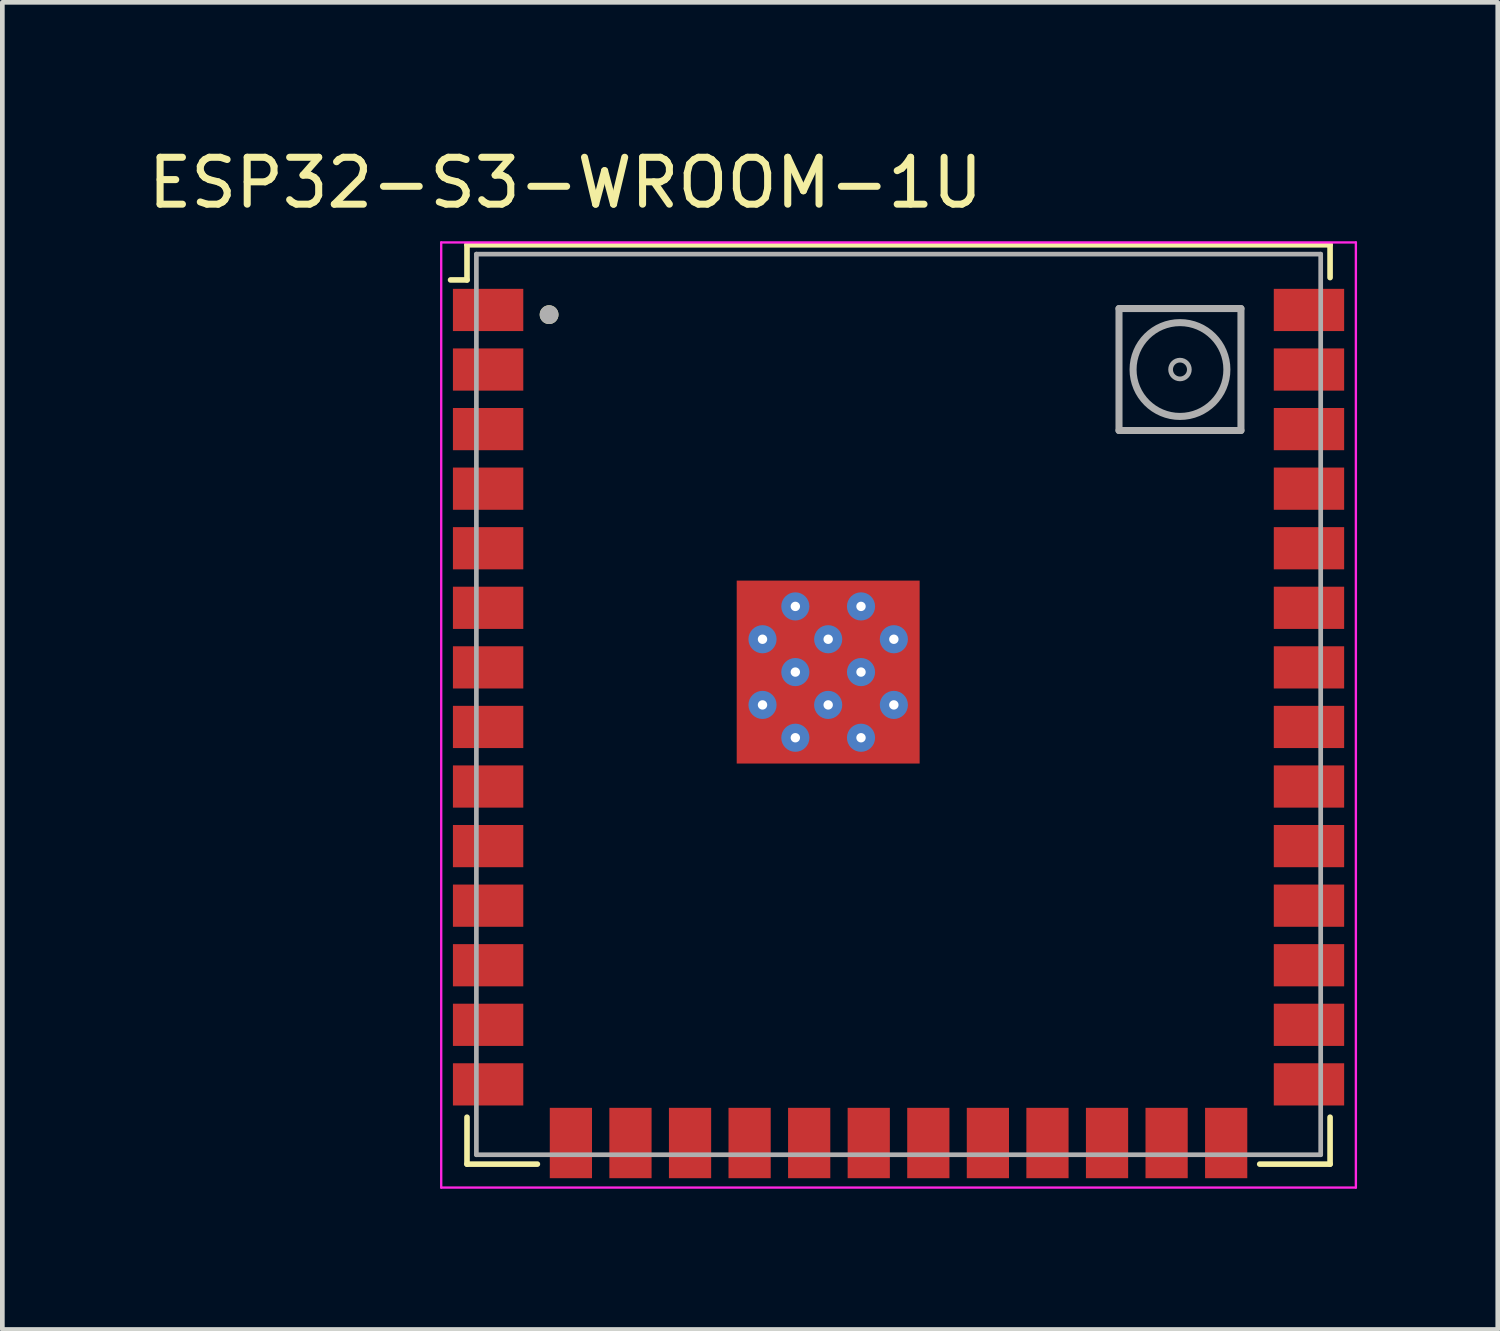
<source format=kicad_pcb>
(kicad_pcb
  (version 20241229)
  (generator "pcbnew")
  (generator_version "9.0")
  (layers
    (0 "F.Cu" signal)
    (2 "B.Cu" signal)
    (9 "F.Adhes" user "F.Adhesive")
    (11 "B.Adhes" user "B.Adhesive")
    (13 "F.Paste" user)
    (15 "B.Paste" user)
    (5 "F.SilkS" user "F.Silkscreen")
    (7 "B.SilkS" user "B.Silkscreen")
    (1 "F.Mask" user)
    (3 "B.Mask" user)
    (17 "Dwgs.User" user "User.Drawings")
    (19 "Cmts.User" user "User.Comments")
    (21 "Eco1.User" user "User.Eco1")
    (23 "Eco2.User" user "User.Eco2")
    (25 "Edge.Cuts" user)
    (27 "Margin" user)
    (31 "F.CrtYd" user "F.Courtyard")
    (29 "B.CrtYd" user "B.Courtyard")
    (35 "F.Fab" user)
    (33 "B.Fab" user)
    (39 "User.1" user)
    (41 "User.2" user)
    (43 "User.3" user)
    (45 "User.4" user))
  (footprint "ESP32-S3-WROOM-1U"
    (layer "F.Cu")
    (at 16.006 11.278)
    (property "Reference" "ESP32-S3-WROOM-1U" (at -7 -10.43 0) (layer "F.SilkS") (effects (font (size 1 1) (thickness 0.15))))
    (attr smd)
    (fp_line (start -9.1 -9.11) (end 9.3 -9.11) (stroke (width 0.12) (type solid)) (layer "F.SilkS"))
    (fp_line (start -9.1 -8.36) (end -9.45 -8.36) (stroke (width 0.12) (type solid)) (layer "F.SilkS"))
    (fp_line (start -9.1 -8.36) (end -9.1 -9.11) (stroke (width 0.12) (type solid)) (layer "F.SilkS"))
    (fp_line (start -9.1 9.49) (end -9.1 10.49) (stroke (width 0.12) (type solid)) (layer "F.SilkS"))
    (fp_line (start -9.1 10.49) (end -7.6 10.49) (stroke (width 0.12) (type solid)) (layer "F.SilkS"))
    (fp_line (start 9.3 -9.11) (end 9.3 -8.41) (stroke (width 0.12) (type solid)) (layer "F.SilkS"))
    (fp_line (start 9.3 10.49) (end 7.8 10.49) (stroke (width 0.12) (type solid)) (layer "F.SilkS"))
    (fp_line (start 9.3 10.49) (end 9.3 9.49) (stroke (width 0.12) (type solid)) (layer "F.SilkS"))
    (fp_circle (center -7.35 -7.62) (end -7.25 -7.62) (stroke (width 0.2) (type solid)) (fill no) (layer "F.SilkS"))
    (fp_line (start -9.65 10.99) (end -9.65 -9.16) (stroke (width 0.05) (type solid)) (layer "F.CrtYd"))
    (fp_line (start -9.65 10.99) (end 9.85 10.99) (stroke (width 0.05) (type solid)) (layer "F.CrtYd"))
    (fp_line (start 9.85 -9.16) (end -9.65 -9.16) (stroke (width 0.05) (type solid)) (layer "F.CrtYd"))
    (fp_line (start 9.85 -9.16) (end 9.85 10.99) (stroke (width 0.05) (type solid)) (layer "F.CrtYd"))
    (fp_line (start -8.9 -8.91) (end 9.1 -8.91) (stroke (width 0.1) (type solid)) (layer "F.Fab"))
    (fp_line (start -8.9 10.29) (end -8.9 -8.91) (stroke (width 0.1) (type solid)) (layer "F.Fab"))
    (fp_line (start -8.9 10.29) (end 9.1 10.29) (stroke (width 0.1) (type solid)) (layer "F.Fab"))
    (fp_line (start 4.8 -7.75) (end 7.4 -7.75) (stroke (width 0.15) (type solid)) (layer "F.Fab"))
    (fp_line (start 4.8 -5.15) (end 4.8 -7.75) (stroke (width 0.15) (type solid)) (layer "F.Fab"))
    (fp_line (start 7.4 -7.75) (end 7.4 -5.15) (stroke (width 0.15) (type solid)) (layer "F.Fab"))
    (fp_line (start 7.4 -5.15) (end 4.8 -5.15) (stroke (width 0.15) (type solid)) (layer "F.Fab"))
    (fp_line (start 9.1 10.29) (end 9.1 -8.91) (stroke (width 0.1) (type solid)) (layer "F.Fab"))
    (fp_circle (center -7.35 -7.62) (end -7.25 -7.62) (stroke (width 0.2) (type solid)) (fill no) (layer "F.Fab"))
    (fp_circle (center 6.1 -6.45) (end 6.1 -6.25) (stroke (width 0.1) (type solid)) (fill no) (layer "F.Fab"))
    (fp_circle (center 6.1 -6.45) (end 7.1 -6.45) (stroke (width 0.15) (type solid)) (fill no) (layer "F.Fab"))
    (pad "" smd rect (at -2.804 1.4) (size 0.9 0.9) (layers "F.Paste"))
    (pad "" smd rect (at -2.8 -1.4) (size 0.9 0.9) (layers "F.Paste"))
    (pad "" smd rect (at -2.8 0) (size 0.9 0.9) (layers "F.Paste"))
    (pad "" smd rect (at -1.404 1.4) (size 0.9 0.9) (layers "F.Paste"))
    (pad "" smd rect (at -1.4 -1.4) (size 0.9 0.9) (layers "F.Paste"))
    (pad "" smd rect (at -1.4 0) (size 0.9 0.9) (layers "F.Paste"))
    (pad "" smd rect (at -0.004 1.4) (size 0.9 0.9) (layers "F.Paste"))
    (pad "" smd rect (at 0 -1.4) (size 0.9 0.9) (layers "F.Paste"))
    (pad "" smd rect (at 0 0) (size 0.9 0.9) (layers "F.Paste"))
    (pad "1" smd rect (at -8.65 -7.72) (size 1.5 0.9) (layers "F.Cu" "F.Mask" "F.Paste"))
    (pad "2" smd rect (at -8.65 -6.45) (size 1.5 0.9) (layers "F.Cu" "F.Mask" "F.Paste"))
    (pad "3" smd rect (at -8.65 -5.18) (size 1.5 0.9) (layers "F.Cu" "F.Mask" "F.Paste"))
    (pad "4" smd rect (at -8.65 -3.91) (size 1.5 0.9) (layers "F.Cu" "F.Mask" "F.Paste"))
    (pad "5" smd rect (at -8.65 -2.64) (size 1.5 0.9) (layers "F.Cu" "F.Mask" "F.Paste"))
    (pad "6" smd rect (at -8.65 -1.37) (size 1.5 0.9) (layers "F.Cu" "F.Mask" "F.Paste"))
    (pad "7" smd rect (at -8.65 -0.1) (size 1.5 0.9) (layers "F.Cu" "F.Mask" "F.Paste"))
    (pad "8" smd rect (at -8.65 1.17) (size 1.5 0.9) (layers "F.Cu" "F.Mask" "F.Paste"))
    (pad "9" smd rect (at -8.65 2.44) (size 1.5 0.9) (layers "F.Cu" "F.Mask" "F.Paste"))
    (pad "10" smd rect (at -8.65 3.71) (size 1.5 0.9) (layers "F.Cu" "F.Mask" "F.Paste"))
    (pad "11" smd rect (at -8.65 4.98) (size 1.5 0.9) (layers "F.Cu" "F.Mask" "F.Paste"))
    (pad "12" smd rect (at -8.65 6.25) (size 1.5 0.9) (layers "F.Cu" "F.Mask" "F.Paste"))
    (pad "13" smd rect (at -8.65 7.52) (size 1.5 0.9) (layers "F.Cu" "F.Mask" "F.Paste"))
    (pad "14" smd rect (at -8.65 8.79 180) (size 1.5 0.9) (layers "F.Cu" "F.Mask" "F.Paste"))
    (pad "15" smd rect (at -6.885 10.04 270) (size 1.5 0.9) (layers "F.Cu" "F.Mask" "F.Paste"))
    (pad "16" smd rect (at -5.615 10.04 270) (size 1.5 0.9) (layers "F.Cu" "F.Mask" "F.Paste"))
    (pad "17" smd rect (at -4.345 10.04 270) (size 1.5 0.9) (layers "F.Cu" "F.Mask" "F.Paste"))
    (pad "18" smd rect (at -3.075 10.04 270) (size 1.5 0.9) (layers "F.Cu" "F.Mask" "F.Paste"))
    (pad "19" smd rect (at -1.805 10.04 270) (size 1.5 0.9) (layers "F.Cu" "F.Mask" "F.Paste"))
    (pad "20" smd rect (at -0.535 10.04 270) (size 1.5 0.9) (layers "F.Cu" "F.Mask" "F.Paste"))
    (pad "21" smd rect (at 0.735 10.04 270) (size 1.5 0.9) (layers "F.Cu" "F.Mask" "F.Paste"))
    (pad "22" smd rect (at 2.005 10.04 270) (size 1.5 0.9) (layers "F.Cu" "F.Mask" "F.Paste"))
    (pad "23" smd rect (at 3.275 10.04 270) (size 1.5 0.9) (layers "F.Cu" "F.Mask" "F.Paste"))
    (pad "24" smd rect (at 4.545 10.04 270) (size 1.5 0.9) (layers "F.Cu" "F.Mask" "F.Paste"))
    (pad "25" smd rect (at 5.815 10.04 270) (size 1.5 0.9) (layers "F.Cu" "F.Mask" "F.Paste"))
    (pad "26" smd rect (at 7.085 10.04 270) (size 1.5 0.9) (layers "F.Cu" "F.Mask" "F.Paste"))
    (pad "27" smd rect (at 8.85 8.79) (size 1.5 0.9) (layers "F.Cu" "F.Mask" "F.Paste"))
    (pad "28" smd rect (at 8.85 7.52) (size 1.5 0.9) (layers "F.Cu" "F.Mask" "F.Paste"))
    (pad "29" smd rect (at 8.85 6.25) (size 1.5 0.9) (layers "F.Cu" "F.Mask" "F.Paste"))
    (pad "30" smd rect (at 8.85 4.98) (size 1.5 0.9) (layers "F.Cu" "F.Mask" "F.Paste"))
    (pad "31" smd rect (at 8.85 3.71) (size 1.5 0.9) (layers "F.Cu" "F.Mask" "F.Paste"))
    (pad "32" smd rect (at 8.85 2.44) (size 1.5 0.9) (layers "F.Cu" "F.Mask" "F.Paste"))
    (pad "33" smd rect (at 8.85 1.17) (size 1.5 0.9) (layers "F.Cu" "F.Mask" "F.Paste"))
    (pad "34" smd rect (at 8.85 -0.1) (size 1.5 0.9) (layers "F.Cu" "F.Mask" "F.Paste"))
    (pad "35" smd rect (at 8.85 -1.37) (size 1.5 0.9) (layers "F.Cu" "F.Mask" "F.Paste"))
    (pad "36" smd rect (at 8.85 -2.64) (size 1.5 0.9) (layers "F.Cu" "F.Mask" "F.Paste"))
    (pad "37" smd rect (at 8.85 -3.91) (size 1.5 0.9) (layers "F.Cu" "F.Mask" "F.Paste"))
    (pad "38" smd rect (at 8.85 -5.18) (size 1.5 0.9) (layers "F.Cu" "F.Mask" "F.Paste"))
    (pad "39" smd rect (at 8.85 -6.45) (size 1.5 0.9) (layers "F.Cu" "F.Mask" "F.Paste"))
    (pad "40" smd rect (at 8.85 -7.72) (size 1.5 0.9) (layers "F.Cu" "F.Mask" "F.Paste"))
    (pad "41" thru_hole circle (at -2.8 -0.7) (size 0.6 0.6) (drill 0.2) (property pad_prop_heatsink) (layers "*.Cu" "F.Mask"))
    (pad "41" thru_hole circle (at -2.8 0.7) (size 0.6 0.6) (drill 0.2) (property pad_prop_heatsink) (layers "*.Cu" "F.Mask"))
    (pad "41" thru_hole circle (at -2.1 -1.4) (size 0.6 0.6) (drill 0.2) (property pad_prop_heatsink) (layers "*.Cu" "F.Mask"))
    (pad "41" thru_hole circle (at -2.1 0) (size 0.6 0.6) (drill 0.2) (property pad_prop_heatsink) (layers "*.Cu" "F.Mask"))
    (pad "41" thru_hole circle (at -2.1 1.4) (size 0.6 0.6) (drill 0.2) (property pad_prop_heatsink) (layers "*.Cu" "F.Mask"))
    (pad "41" thru_hole circle (at -1.4 -0.7) (size 0.6 0.6) (drill 0.2) (property pad_prop_heatsink) (layers "*.Cu" "F.Mask"))
    (pad "41" smd rect (at -1.4 0) (size 3.9 3.9) (layers "F.Cu" "F.Mask"))
    (pad "41" thru_hole circle (at -1.4 0.7) (size 0.6 0.6) (drill 0.2) (property pad_prop_heatsink) (layers "*.Cu" "F.Mask"))
    (pad "41" thru_hole circle (at -0.7 -1.4) (size 0.6 0.6) (drill 0.2) (property pad_prop_heatsink) (layers "*.Cu" "F.Mask"))
    (pad "41" thru_hole circle (at -0.7 0 90) (size 0.6 0.6) (drill 0.2) (property pad_prop_heatsink) (layers "*.Cu" "F.Mask"))
    (pad "41" thru_hole circle (at -0.7 1.4) (size 0.6 0.6) (drill 0.2) (property pad_prop_heatsink) (layers "*.Cu" "F.Mask"))
    (pad "41" thru_hole circle (at 0 -0.7) (size 0.6 0.6) (drill 0.2) (property pad_prop_heatsink) (layers "*.Cu" "F.Mask"))
    (pad "41" thru_hole circle (at 0 0.7) (size 0.6 0.6) (drill 0.2) (property pad_prop_heatsink) (layers "*.Cu" "F.Mask")))
  (gr_rect
    (start -3 -3)
    (end 28.881 25.293)
    (stroke (width 0.1) (type default))
    (fill no)
    (layer "Edge.Cuts")))
</source>
